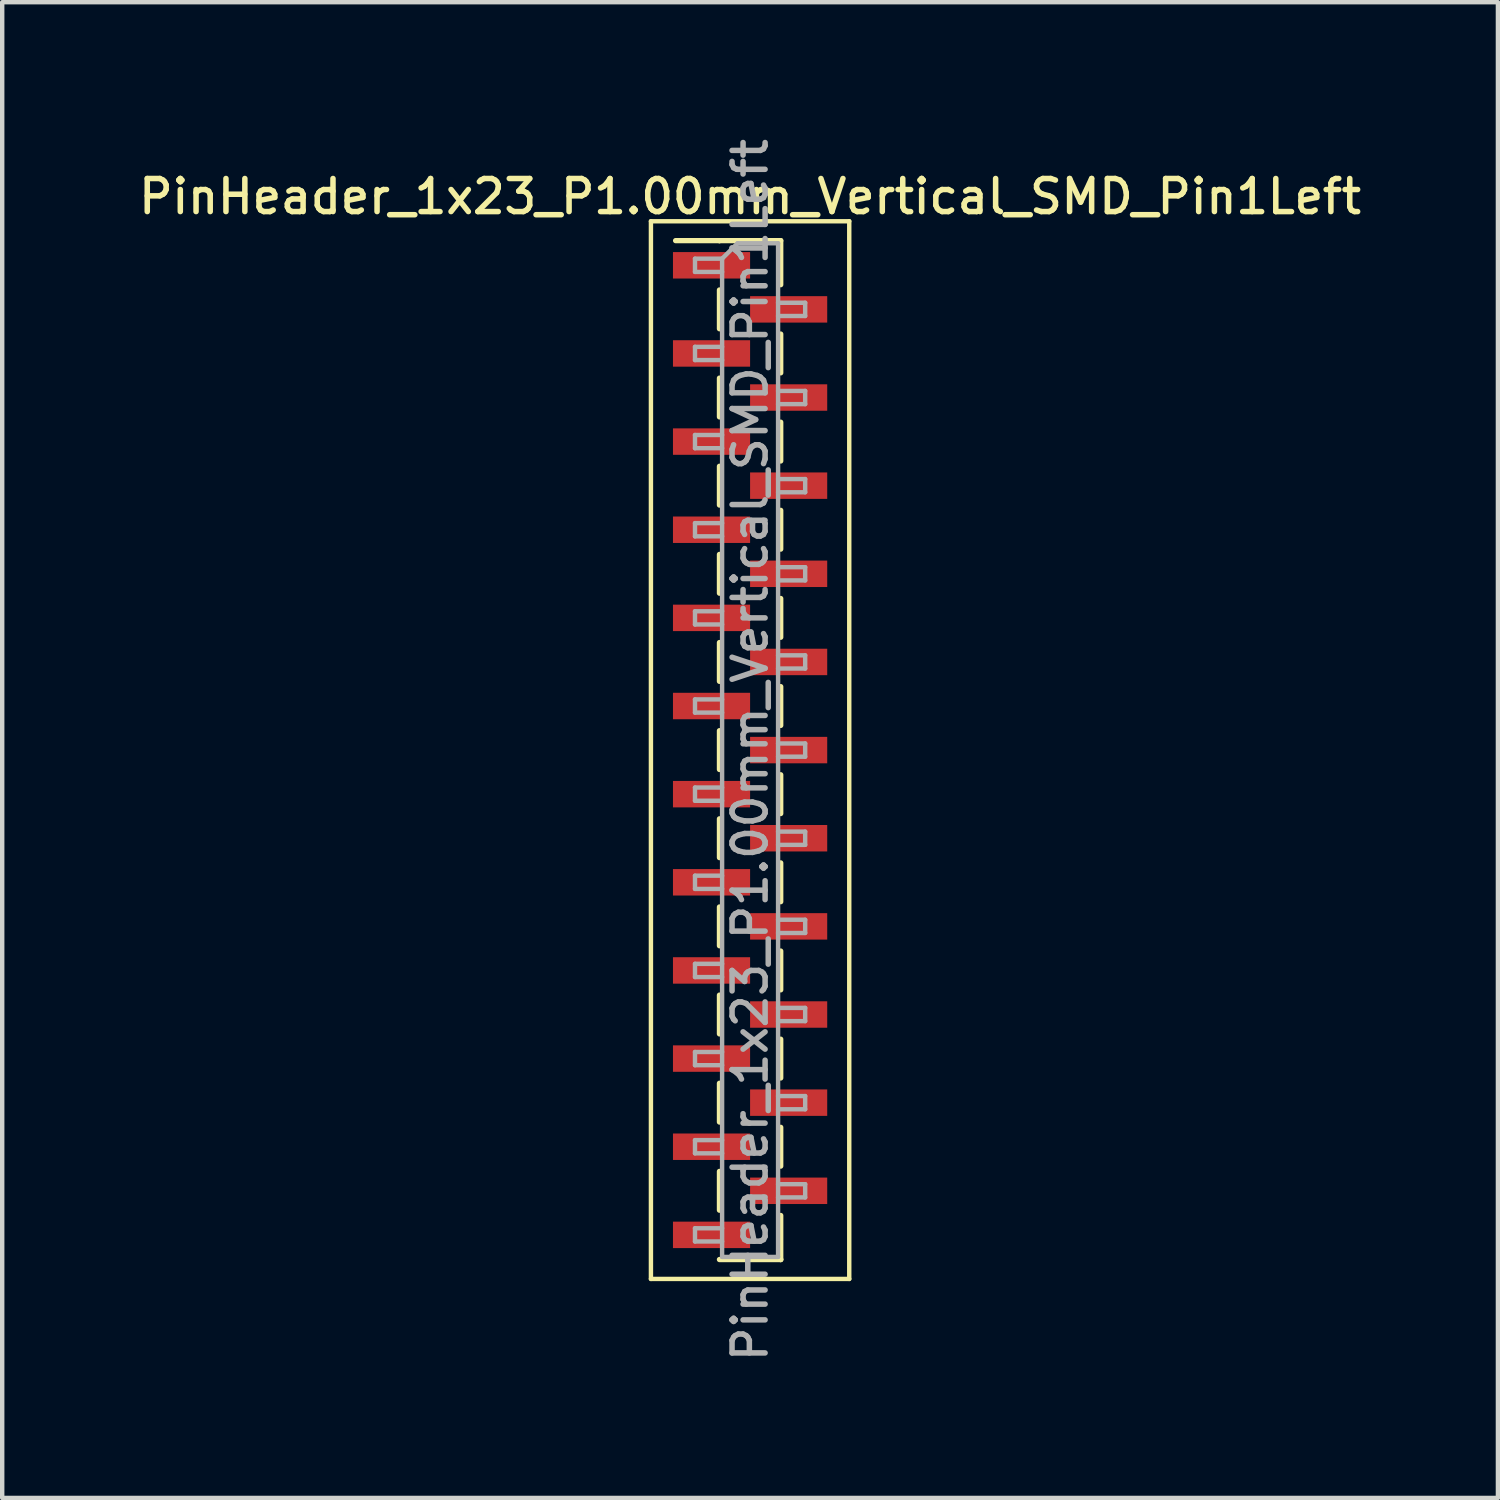
<source format=kicad_pcb>
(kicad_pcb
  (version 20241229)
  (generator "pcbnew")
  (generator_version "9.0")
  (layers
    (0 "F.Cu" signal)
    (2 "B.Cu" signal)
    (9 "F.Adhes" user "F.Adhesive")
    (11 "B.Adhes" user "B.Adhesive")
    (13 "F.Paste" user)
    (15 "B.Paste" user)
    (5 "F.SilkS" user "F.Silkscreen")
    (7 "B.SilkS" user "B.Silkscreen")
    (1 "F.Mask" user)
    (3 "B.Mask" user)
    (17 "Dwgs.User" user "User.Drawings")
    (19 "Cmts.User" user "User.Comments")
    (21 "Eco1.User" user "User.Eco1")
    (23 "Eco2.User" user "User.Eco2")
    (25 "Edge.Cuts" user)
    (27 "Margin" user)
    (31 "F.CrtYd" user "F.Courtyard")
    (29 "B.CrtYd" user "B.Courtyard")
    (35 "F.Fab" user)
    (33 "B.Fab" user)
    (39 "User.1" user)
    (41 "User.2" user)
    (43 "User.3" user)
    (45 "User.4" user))
  (footprint "PinHeader_1x23_P1.00mm_Vertical_SMD_Pin1Left"
    (layer "F.Cu")
    (at 13.97 13.97)
    (property "Reference" "PinHeader_1x23_P1.00mm_Vertical_SMD_Pin1Left" (at 0 -12.56 0) (layer "F.SilkS") (effects (font (size 0.75 0.75) (thickness 0.125))))
    (attr smd)
    (fp_line (start -2.25 -12) (end -2.25 12) (stroke (width 0.1) (type solid)) (layer "F.SilkS"))
    (fp_line (start -2.25 12) (end 2.25 12) (stroke (width 0.1) (type solid)) (layer "F.SilkS"))
    (fp_line (start -0.695 -11.56) (end -1.69 -11.56) (stroke (width 0.12) (type solid)) (layer "F.SilkS"))
    (fp_line (start -0.695 -11.56) (end -0.695 -11.56) (stroke (width 0.12) (type solid)) (layer "F.SilkS"))
    (fp_line (start -0.695 -11.56) (end 0.695 -11.56) (stroke (width 0.12) (type solid)) (layer "F.SilkS"))
    (fp_line (start -0.695 -10.44) (end -0.695 -9.56) (stroke (width 0.12) (type solid)) (layer "F.SilkS"))
    (fp_line (start -0.695 -8.44) (end -0.695 -7.56) (stroke (width 0.12) (type solid)) (layer "F.SilkS"))
    (fp_line (start -0.695 -6.44) (end -0.695 -5.56) (stroke (width 0.12) (type solid)) (layer "F.SilkS"))
    (fp_line (start -0.695 -4.44) (end -0.695 -3.56) (stroke (width 0.12) (type solid)) (layer "F.SilkS"))
    (fp_line (start -0.695 -2.44) (end -0.695 -1.56) (stroke (width 0.12) (type solid)) (layer "F.SilkS"))
    (fp_line (start -0.695 -0.44) (end -0.695 0.44) (stroke (width 0.12) (type solid)) (layer "F.SilkS"))
    (fp_line (start -0.695 1.56) (end -0.695 2.44) (stroke (width 0.12) (type solid)) (layer "F.SilkS"))
    (fp_line (start -0.695 3.56) (end -0.695 4.44) (stroke (width 0.12) (type solid)) (layer "F.SilkS"))
    (fp_line (start -0.695 5.56) (end -0.695 6.44) (stroke (width 0.12) (type solid)) (layer "F.SilkS"))
    (fp_line (start -0.695 7.56) (end -0.695 8.44) (stroke (width 0.12) (type solid)) (layer "F.SilkS"))
    (fp_line (start -0.695 9.56) (end -0.695 10.44) (stroke (width 0.12) (type solid)) (layer "F.SilkS"))
    (fp_line (start -0.695 11.56) (end 0.695 11.56) (stroke (width 0.12) (type solid)) (layer "F.SilkS"))
    (fp_line (start 0.695 -11.56) (end 0.695 -10.56) (stroke (width 0.12) (type solid)) (layer "F.SilkS"))
    (fp_line (start 0.695 -9.44) (end 0.695 -8.56) (stroke (width 0.12) (type solid)) (layer "F.SilkS"))
    (fp_line (start 0.695 -7.44) (end 0.695 -6.56) (stroke (width 0.12) (type solid)) (layer "F.SilkS"))
    (fp_line (start 0.695 -5.44) (end 0.695 -4.56) (stroke (width 0.12) (type solid)) (layer "F.SilkS"))
    (fp_line (start 0.695 -3.44) (end 0.695 -2.56) (stroke (width 0.12) (type solid)) (layer "F.SilkS"))
    (fp_line (start 0.695 -1.44) (end 0.695 -0.56) (stroke (width 0.12) (type solid)) (layer "F.SilkS"))
    (fp_line (start 0.695 0.56) (end 0.695 1.44) (stroke (width 0.12) (type solid)) (layer "F.SilkS"))
    (fp_line (start 0.695 2.56) (end 0.695 3.44) (stroke (width 0.12) (type solid)) (layer "F.SilkS"))
    (fp_line (start 0.695 4.56) (end 0.695 5.44) (stroke (width 0.12) (type solid)) (layer "F.SilkS"))
    (fp_line (start 0.695 6.56) (end 0.695 7.44) (stroke (width 0.12) (type solid)) (layer "F.SilkS"))
    (fp_line (start 0.695 8.56) (end 0.695 9.44) (stroke (width 0.12) (type solid)) (layer "F.SilkS"))
    (fp_line (start 0.695 10.56) (end 0.695 11.56) (stroke (width 0.12) (type solid)) (layer "F.SilkS"))
    (fp_line (start 0.695 11.56) (end 0.695 11.56) (stroke (width 0.12) (type solid)) (layer "F.SilkS"))
    (fp_line (start 2.25 -12) (end -2.25 -12) (stroke (width 0.1) (type solid)) (layer "F.SilkS"))
    (fp_line (start 2.25 12) (end 2.25 -12) (stroke (width 0.1) (type solid)) (layer "F.SilkS"))
    (fp_line (start -1.25 -11.15) (end -1.25 -10.85) (stroke (width 0.1) (type solid)) (layer "F.Fab"))
    (fp_line (start -1.25 -10.85) (end -0.635 -10.85) (stroke (width 0.1) (type solid)) (layer "F.Fab"))
    (fp_line (start -1.25 -9.15) (end -1.25 -8.85) (stroke (width 0.1) (type solid)) (layer "F.Fab"))
    (fp_line (start -1.25 -8.85) (end -0.635 -8.85) (stroke (width 0.1) (type solid)) (layer "F.Fab"))
    (fp_line (start -1.25 -7.15) (end -1.25 -6.85) (stroke (width 0.1) (type solid)) (layer "F.Fab"))
    (fp_line (start -1.25 -6.85) (end -0.635 -6.85) (stroke (width 0.1) (type solid)) (layer "F.Fab"))
    (fp_line (start -1.25 -5.15) (end -1.25 -4.85) (stroke (width 0.1) (type solid)) (layer "F.Fab"))
    (fp_line (start -1.25 -4.85) (end -0.635 -4.85) (stroke (width 0.1) (type solid)) (layer "F.Fab"))
    (fp_line (start -1.25 -3.15) (end -1.25 -2.85) (stroke (width 0.1) (type solid)) (layer "F.Fab"))
    (fp_line (start -1.25 -2.85) (end -0.635 -2.85) (stroke (width 0.1) (type solid)) (layer "F.Fab"))
    (fp_line (start -1.25 -1.15) (end -1.25 -0.85) (stroke (width 0.1) (type solid)) (layer "F.Fab"))
    (fp_line (start -1.25 -0.85) (end -0.635 -0.85) (stroke (width 0.1) (type solid)) (layer "F.Fab"))
    (fp_line (start -1.25 0.85) (end -1.25 1.15) (stroke (width 0.1) (type solid)) (layer "F.Fab"))
    (fp_line (start -1.25 1.15) (end -0.635 1.15) (stroke (width 0.1) (type solid)) (layer "F.Fab"))
    (fp_line (start -1.25 2.85) (end -1.25 3.15) (stroke (width 0.1) (type solid)) (layer "F.Fab"))
    (fp_line (start -1.25 3.15) (end -0.635 3.15) (stroke (width 0.1) (type solid)) (layer "F.Fab"))
    (fp_line (start -1.25 4.85) (end -1.25 5.15) (stroke (width 0.1) (type solid)) (layer "F.Fab"))
    (fp_line (start -1.25 5.15) (end -0.635 5.15) (stroke (width 0.1) (type solid)) (layer "F.Fab"))
    (fp_line (start -1.25 6.85) (end -1.25 7.15) (stroke (width 0.1) (type solid)) (layer "F.Fab"))
    (fp_line (start -1.25 7.15) (end -0.635 7.15) (stroke (width 0.1) (type solid)) (layer "F.Fab"))
    (fp_line (start -1.25 8.85) (end -1.25 9.15) (stroke (width 0.1) (type solid)) (layer "F.Fab"))
    (fp_line (start -1.25 9.15) (end -0.635 9.15) (stroke (width 0.1) (type solid)) (layer "F.Fab"))
    (fp_line (start -1.25 10.85) (end -1.25 11.15) (stroke (width 0.1) (type solid)) (layer "F.Fab"))
    (fp_line (start -1.25 11.15) (end -0.635 11.15) (stroke (width 0.1) (type solid)) (layer "F.Fab"))
    (fp_line (start -0.635 -11.15) (end -1.25 -11.15) (stroke (width 0.1) (type solid)) (layer "F.Fab"))
    (fp_line (start -0.635 -11.15) (end -0.285 -11.5) (stroke (width 0.1) (type solid)) (layer "F.Fab"))
    (fp_line (start -0.635 -9.15) (end -1.25 -9.15) (stroke (width 0.1) (type solid)) (layer "F.Fab"))
    (fp_line (start -0.635 -7.15) (end -1.25 -7.15) (stroke (width 0.1) (type solid)) (layer "F.Fab"))
    (fp_line (start -0.635 -5.15) (end -1.25 -5.15) (stroke (width 0.1) (type solid)) (layer "F.Fab"))
    (fp_line (start -0.635 -3.15) (end -1.25 -3.15) (stroke (width 0.1) (type solid)) (layer "F.Fab"))
    (fp_line (start -0.635 -1.15) (end -1.25 -1.15) (stroke (width 0.1) (type solid)) (layer "F.Fab"))
    (fp_line (start -0.635 0.85) (end -1.25 0.85) (stroke (width 0.1) (type solid)) (layer "F.Fab"))
    (fp_line (start -0.635 2.85) (end -1.25 2.85) (stroke (width 0.1) (type solid)) (layer "F.Fab"))
    (fp_line (start -0.635 4.85) (end -1.25 4.85) (stroke (width 0.1) (type solid)) (layer "F.Fab"))
    (fp_line (start -0.635 6.85) (end -1.25 6.85) (stroke (width 0.1) (type solid)) (layer "F.Fab"))
    (fp_line (start -0.635 8.85) (end -1.25 8.85) (stroke (width 0.1) (type solid)) (layer "F.Fab"))
    (fp_line (start -0.635 10.85) (end -1.25 10.85) (stroke (width 0.1) (type solid)) (layer "F.Fab"))
    (fp_line (start -0.635 11.5) (end -0.635 -11.15) (stroke (width 0.1) (type solid)) (layer "F.Fab"))
    (fp_line (start -0.285 -11.5) (end 0.635 -11.5) (stroke (width 0.1) (type solid)) (layer "F.Fab"))
    (fp_line (start 0.635 -11.5) (end 0.635 11.5) (stroke (width 0.1) (type solid)) (layer "F.Fab"))
    (fp_line (start 0.635 -10.15) (end 1.25 -10.15) (stroke (width 0.1) (type solid)) (layer "F.Fab"))
    (fp_line (start 0.635 -8.15) (end 1.25 -8.15) (stroke (width 0.1) (type solid)) (layer "F.Fab"))
    (fp_line (start 0.635 -6.15) (end 1.25 -6.15) (stroke (width 0.1) (type solid)) (layer "F.Fab"))
    (fp_line (start 0.635 -4.15) (end 1.25 -4.15) (stroke (width 0.1) (type solid)) (layer "F.Fab"))
    (fp_line (start 0.635 -2.15) (end 1.25 -2.15) (stroke (width 0.1) (type solid)) (layer "F.Fab"))
    (fp_line (start 0.635 -0.15) (end 1.25 -0.15) (stroke (width 0.1) (type solid)) (layer "F.Fab"))
    (fp_line (start 0.635 1.85) (end 1.25 1.85) (stroke (width 0.1) (type solid)) (layer "F.Fab"))
    (fp_line (start 0.635 3.85) (end 1.25 3.85) (stroke (width 0.1) (type solid)) (layer "F.Fab"))
    (fp_line (start 0.635 5.85) (end 1.25 5.85) (stroke (width 0.1) (type solid)) (layer "F.Fab"))
    (fp_line (start 0.635 7.85) (end 1.25 7.85) (stroke (width 0.1) (type solid)) (layer "F.Fab"))
    (fp_line (start 0.635 9.85) (end 1.25 9.85) (stroke (width 0.1) (type solid)) (layer "F.Fab"))
    (fp_line (start 0.635 11.5) (end -0.635 11.5) (stroke (width 0.1) (type solid)) (layer "F.Fab"))
    (fp_line (start 1.25 -10.15) (end 1.25 -9.85) (stroke (width 0.1) (type solid)) (layer "F.Fab"))
    (fp_line (start 1.25 -9.85) (end 0.635 -9.85) (stroke (width 0.1) (type solid)) (layer "F.Fab"))
    (fp_line (start 1.25 -8.15) (end 1.25 -7.85) (stroke (width 0.1) (type solid)) (layer "F.Fab"))
    (fp_line (start 1.25 -7.85) (end 0.635 -7.85) (stroke (width 0.1) (type solid)) (layer "F.Fab"))
    (fp_line (start 1.25 -6.15) (end 1.25 -5.85) (stroke (width 0.1) (type solid)) (layer "F.Fab"))
    (fp_line (start 1.25 -5.85) (end 0.635 -5.85) (stroke (width 0.1) (type solid)) (layer "F.Fab"))
    (fp_line (start 1.25 -4.15) (end 1.25 -3.85) (stroke (width 0.1) (type solid)) (layer "F.Fab"))
    (fp_line (start 1.25 -3.85) (end 0.635 -3.85) (stroke (width 0.1) (type solid)) (layer "F.Fab"))
    (fp_line (start 1.25 -2.15) (end 1.25 -1.85) (stroke (width 0.1) (type solid)) (layer "F.Fab"))
    (fp_line (start 1.25 -1.85) (end 0.635 -1.85) (stroke (width 0.1) (type solid)) (layer "F.Fab"))
    (fp_line (start 1.25 -0.15) (end 1.25 0.15) (stroke (width 0.1) (type solid)) (layer "F.Fab"))
    (fp_line (start 1.25 0.15) (end 0.635 0.15) (stroke (width 0.1) (type solid)) (layer "F.Fab"))
    (fp_line (start 1.25 1.85) (end 1.25 2.15) (stroke (width 0.1) (type solid)) (layer "F.Fab"))
    (fp_line (start 1.25 2.15) (end 0.635 2.15) (stroke (width 0.1) (type solid)) (layer "F.Fab"))
    (fp_line (start 1.25 3.85) (end 1.25 4.15) (stroke (width 0.1) (type solid)) (layer "F.Fab"))
    (fp_line (start 1.25 4.15) (end 0.635 4.15) (stroke (width 0.1) (type solid)) (layer "F.Fab"))
    (fp_line (start 1.25 5.85) (end 1.25 6.15) (stroke (width 0.1) (type solid)) (layer "F.Fab"))
    (fp_line (start 1.25 6.15) (end 0.635 6.15) (stroke (width 0.1) (type solid)) (layer "F.Fab"))
    (fp_line (start 1.25 7.85) (end 1.25 8.15) (stroke (width 0.1) (type solid)) (layer "F.Fab"))
    (fp_line (start 1.25 8.15) (end 0.635 8.15) (stroke (width 0.1) (type solid)) (layer "F.Fab"))
    (fp_line (start 1.25 9.85) (end 1.25 10.15) (stroke (width 0.1) (type solid)) (layer "F.Fab"))
    (fp_line (start 1.25 10.15) (end 0.635 10.15) (stroke (width 0.1) (type solid)) (layer "F.Fab"))
    (fp_text user "${REFERENCE}" (at 0 0 90) (layer "F.Fab") (effects (font (size 0.75 0.75) (thickness 0.125))))
    (pad "1" smd rect (at -0.875 -11) (size 1.75 0.6) (layers "F.Cu" "F.Mask" "F.Paste"))
    (pad "2" smd rect (at 0.875 -10) (size 1.75 0.6) (layers "F.Cu" "F.Mask" "F.Paste"))
    (pad "3" smd rect (at -0.875 -9) (size 1.75 0.6) (layers "F.Cu" "F.Mask" "F.Paste"))
    (pad "4" smd rect (at 0.875 -8) (size 1.75 0.6) (layers "F.Cu" "F.Mask" "F.Paste"))
    (pad "5" smd rect (at -0.875 -7) (size 1.75 0.6) (layers "F.Cu" "F.Mask" "F.Paste"))
    (pad "6" smd rect (at 0.875 -6) (size 1.75 0.6) (layers "F.Cu" "F.Mask" "F.Paste"))
    (pad "7" smd rect (at -0.875 -5) (size 1.75 0.6) (layers "F.Cu" "F.Mask" "F.Paste"))
    (pad "8" smd rect (at 0.875 -4) (size 1.75 0.6) (layers "F.Cu" "F.Mask" "F.Paste"))
    (pad "9" smd rect (at -0.875 -3) (size 1.75 0.6) (layers "F.Cu" "F.Mask" "F.Paste"))
    (pad "10" smd rect (at 0.875 -2) (size 1.75 0.6) (layers "F.Cu" "F.Mask" "F.Paste"))
    (pad "11" smd rect (at -0.875 -1) (size 1.75 0.6) (layers "F.Cu" "F.Mask" "F.Paste"))
    (pad "12" smd rect (at 0.875 0) (size 1.75 0.6) (layers "F.Cu" "F.Mask" "F.Paste"))
    (pad "13" smd rect (at -0.875 1) (size 1.75 0.6) (layers "F.Cu" "F.Mask" "F.Paste"))
    (pad "14" smd rect (at 0.875 2) (size 1.75 0.6) (layers "F.Cu" "F.Mask" "F.Paste"))
    (pad "15" smd rect (at -0.875 3) (size 1.75 0.6) (layers "F.Cu" "F.Mask" "F.Paste"))
    (pad "16" smd rect (at 0.875 4) (size 1.75 0.6) (layers "F.Cu" "F.Mask" "F.Paste"))
    (pad "17" smd rect (at -0.875 5) (size 1.75 0.6) (layers "F.Cu" "F.Mask" "F.Paste"))
    (pad "18" smd rect (at 0.875 6) (size 1.75 0.6) (layers "F.Cu" "F.Mask" "F.Paste"))
    (pad "19" smd rect (at -0.875 7) (size 1.75 0.6) (layers "F.Cu" "F.Mask" "F.Paste"))
    (pad "20" smd rect (at 0.875 8) (size 1.75 0.6) (layers "F.Cu" "F.Mask" "F.Paste"))
    (pad "21" smd rect (at -0.875 9) (size 1.75 0.6) (layers "F.Cu" "F.Mask" "F.Paste"))
    (pad "22" smd rect (at 0.875 10) (size 1.75 0.6) (layers "F.Cu" "F.Mask" "F.Paste"))
    (pad "23" smd rect (at -0.875 11) (size 1.75 0.6) (layers "F.Cu" "F.Mask" "F.Paste")))
  (gr_rect
    (start -3 -3)
    (end 30.939 30.939)
    (stroke (width 0.1) (type default))
    (fill no)
    (layer "Edge.Cuts")))
</source>
